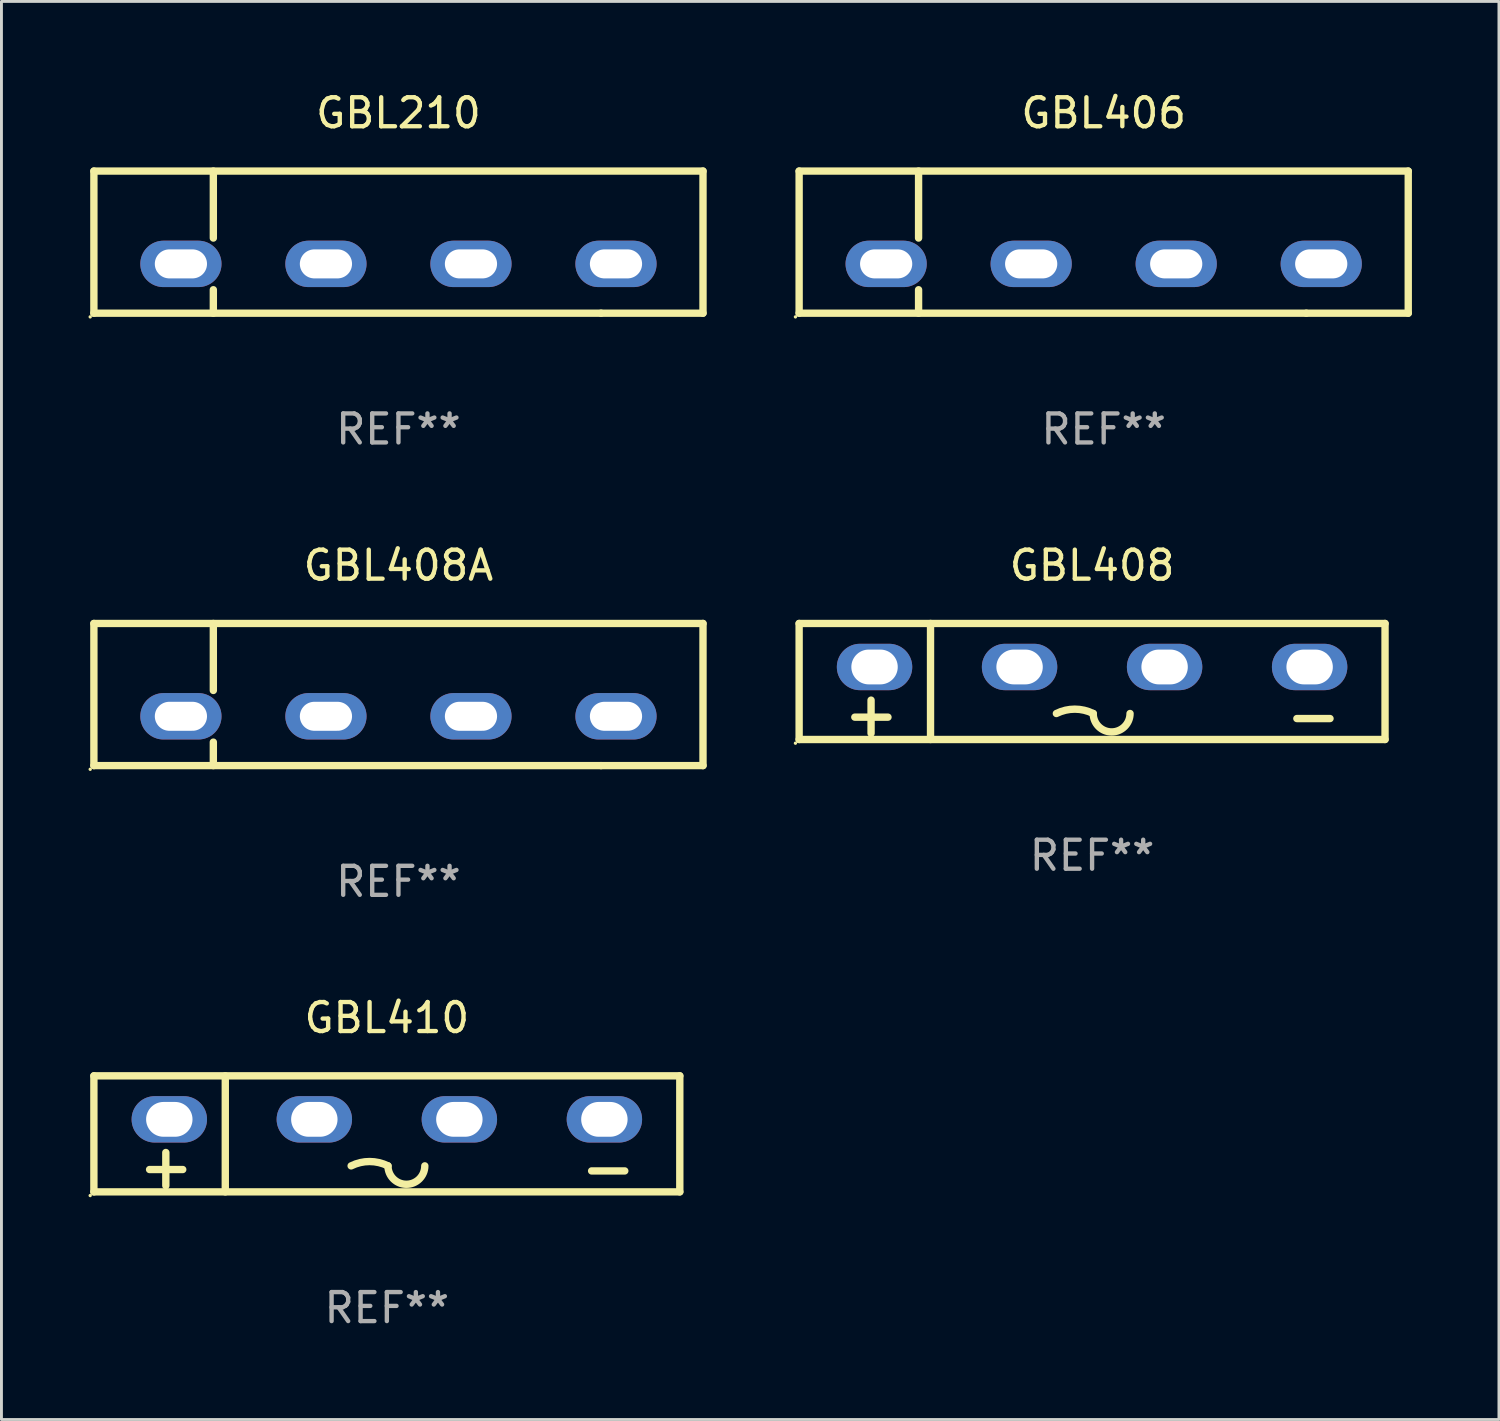
<source format=kicad_pcb>
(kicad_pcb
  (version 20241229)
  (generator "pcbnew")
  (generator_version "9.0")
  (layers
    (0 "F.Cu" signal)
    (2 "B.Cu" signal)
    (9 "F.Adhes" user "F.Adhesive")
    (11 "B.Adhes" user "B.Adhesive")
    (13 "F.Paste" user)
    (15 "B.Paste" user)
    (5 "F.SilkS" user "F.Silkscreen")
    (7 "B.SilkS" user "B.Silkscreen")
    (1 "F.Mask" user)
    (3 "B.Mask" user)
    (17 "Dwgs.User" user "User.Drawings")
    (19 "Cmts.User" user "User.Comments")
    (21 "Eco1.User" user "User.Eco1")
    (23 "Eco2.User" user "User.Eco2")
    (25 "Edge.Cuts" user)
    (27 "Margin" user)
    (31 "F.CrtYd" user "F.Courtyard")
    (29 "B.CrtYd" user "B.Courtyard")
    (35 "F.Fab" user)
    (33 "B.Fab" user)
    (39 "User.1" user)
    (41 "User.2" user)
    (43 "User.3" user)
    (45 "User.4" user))
  (footprint "GBL408"
    (layer "F.Cu")
    (at 34.601 20.445)
    (property "Reference" "GBL408" (at 0 -4 0) (layer "F.SilkS") (effects (font (size 1 1) (thickness 0.15))))
    (attr through_hole)
    (fp_line (start -10.1 -2) (end -10.1 2) (stroke (width 0.254) (type solid)) (layer "F.SilkS"))
    (fp_line (start -10.1 -2) (end 10.1 -2) (stroke (width 0.254) (type solid)) (layer "F.SilkS"))
    (fp_line (start -10.1 2) (end 10.1 2) (stroke (width 0.254) (type solid)) (layer "F.SilkS"))
    (fp_line (start -7.62 1.786) (end -7.62 0.643) (stroke (width 0.254) (type solid)) (layer "F.SilkS"))
    (fp_line (start -7.037 1.23) (end -8.18 1.23) (stroke (width 0.254) (type solid)) (layer "F.SilkS"))
    (fp_line (start -5.57 -2) (end -5.57 2) (stroke (width 0.254) (type solid)) (layer "F.SilkS"))
    (fp_line (start 8.203 1.278) (end 7.06 1.278) (stroke (width 0.254) (type solid)) (layer "F.SilkS"))
    (fp_line (start 10.1 -2) (end 10.1 2) (stroke (width 0.254) (type solid)) (layer "F.SilkS"))
    (fp_arc (start -1.230963 1.103861) (mid -0.595962 0.953957) (end 0.039039 1.10386) (stroke (width 0.254001) (type solid)) (layer "F.SilkS"))
    (fp_arc (start 1.309042 1.103861) (mid 0.674041 1.738862) (end 0.03904 1.103861) (stroke (width 0.254001) (type solid)) (layer "F.SilkS"))
    (fp_circle (center -10.227 2.127) (end -10.197 2.127) (stroke (width 0.06) (type solid)) (fill no) (layer "F.SilkS"))
    (fp_text user "REF**" (at 0 6 0) (layer "F.Fab") (effects (font (size 1 1) (thickness 0.15))))
    (pad "1" thru_hole oval (at -7.5 -0.5 90) (size 1.6 2.6) (drill oval 1.2 1.6) (layers "*.Cu" "*.Mask"))
    (pad "2" thru_hole oval (at -2.5 -0.5 90) (size 1.6 2.6) (drill oval 1.2 1.6) (layers "*.Cu" "*.Mask"))
    (pad "3" thru_hole oval (at 2.5 -0.5 90) (size 1.6 2.6) (drill oval 1.2 1.6) (layers "*.Cu" "*.Mask"))
    (pad "4" thru_hole oval (at 7.5 -0.5 90) (size 1.6 2.6) (drill oval 1.2 1.6) (layers "*.Cu" "*.Mask")))
  (footprint "GBL210"
    (layer "F.Cu")
    (at 10.687 5.298)
    (property "Reference" "GBL210" (at 0 -4.45 0) (layer "F.SilkS") (effects (font (size 1 1) (thickness 0.15))))
    (attr through_hole)
    (fp_line (start -10.5 -2.45) (end -10.5 2.45) (stroke (width 0.254) (type solid)) (layer "F.SilkS"))
    (fp_line (start -10.5 -2.45) (end 10.5 -2.45) (stroke (width 0.254) (type solid)) (layer "F.SilkS"))
    (fp_line (start -10.5 2.45) (end 6.985 2.45) (stroke (width 0.254) (type solid)) (layer "F.SilkS"))
    (fp_line (start -6.382 -2.45) (end -6.382 -0.141) (stroke (width 0.254) (type solid)) (layer "F.SilkS"))
    (fp_line (start -6.382 1.641) (end -6.382 2.45) (stroke (width 0.254) (type solid)) (layer "F.SilkS"))
    (fp_line (start 6.985 2.45) (end 10.5 2.45) (stroke (width 0.254) (type solid)) (layer "F.SilkS"))
    (fp_line (start 10.5 -2.45) (end 10.5 2.45) (stroke (width 0.254) (type solid)) (layer "F.SilkS"))
    (fp_circle (center -10.627 2.577) (end -10.597 2.577) (stroke (width 0.06) (type solid)) (fill no) (layer "F.SilkS"))
    (fp_text user "+" (at -9.145 -0.274 0) (layer "B.Mask") (effects (font (size 1 1) (thickness 0.15))))
    (fp_text user "-" (at 6.731 -0.266 0) (layer "B.Mask") (effects (font (size 1 1) (thickness 0.15))))
    (fp_text user "&#126;" (at -3.303 -0.319 0) (layer "B.Mask") (effects (font (size 1 1) (thickness 0.15))))
    (fp_text user "&#126;" (at 1.523 -0.192 0) (layer "B.Mask") (effects (font (size 1 1) (thickness 0.15))))
    (fp_text user "REF**" (at 0 6.45 0) (layer "F.Fab") (effects (font (size 1 1) (thickness 0.15))))
    (pad "1" thru_hole oval (at -7.5 0.75) (size 2.8 1.6) (drill oval 1.8 1) (layers "*.Cu" "*.Mask"))
    (pad "2" thru_hole oval (at -2.5 0.75) (size 2.8 1.6) (drill oval 1.8 1) (layers "*.Cu" "*.Mask"))
    (pad "3" thru_hole oval (at 2.5 0.75) (size 2.8 1.6) (drill oval 1.8 1) (layers "*.Cu" "*.Mask"))
    (pad "4" thru_hole oval (at 7.5 0.75) (size 2.8 1.6) (drill oval 1.8 1) (layers "*.Cu" "*.Mask")))
  (footprint "GBL408A"
    (layer "F.Cu")
    (at 10.687 20.895)
    (property "Reference" "GBL408A" (at 0 -4.45 0) (layer "F.SilkS") (effects (font (size 1 1) (thickness 0.15))))
    (attr through_hole)
    (fp_line (start -10.5 -2.45) (end -10.5 2.45) (stroke (width 0.254) (type solid)) (layer "F.SilkS"))
    (fp_line (start -10.5 -2.45) (end 10.5 -2.45) (stroke (width 0.254) (type solid)) (layer "F.SilkS"))
    (fp_line (start -10.5 2.45) (end 6.985 2.45) (stroke (width 0.254) (type solid)) (layer "F.SilkS"))
    (fp_line (start -6.382 -2.45) (end -6.382 -0.141) (stroke (width 0.254) (type solid)) (layer "F.SilkS"))
    (fp_line (start -6.382 1.641) (end -6.382 2.45) (stroke (width 0.254) (type solid)) (layer "F.SilkS"))
    (fp_line (start 6.985 2.45) (end 10.5 2.45) (stroke (width 0.254) (type solid)) (layer "F.SilkS"))
    (fp_line (start 10.5 -2.45) (end 10.5 2.45) (stroke (width 0.254) (type solid)) (layer "F.SilkS"))
    (fp_circle (center -10.627 2.577) (end -10.597 2.577) (stroke (width 0.06) (type solid)) (fill no) (layer "F.SilkS"))
    (fp_text user "&#126;" (at 1.523 -0.192 0) (layer "B.Mask") (effects (font (size 1 1) (thickness 0.15))))
    (fp_text user "&#126;" (at -3.303 -0.319 0) (layer "B.Mask") (effects (font (size 1 1) (thickness 0.15))))
    (fp_text user "+" (at -9.145 -0.274 0) (layer "B.Mask") (effects (font (size 1 1) (thickness 0.15))))
    (fp_text user "-" (at 6.731 -0.266 0) (layer "B.Mask") (effects (font (size 1 1) (thickness 0.15))))
    (fp_text user "REF**" (at 0 6.45 0) (layer "F.Fab") (effects (font (size 1 1) (thickness 0.15))))
    (pad "1" thru_hole oval (at -7.5 0.75) (size 2.8 1.6) (drill oval 1.8 1) (layers "*.Cu" "*.Mask"))
    (pad "2" thru_hole oval (at -2.5 0.75) (size 2.8 1.6) (drill oval 1.8 1) (layers "*.Cu" "*.Mask"))
    (pad "3" thru_hole oval (at 2.5 0.75) (size 2.8 1.6) (drill oval 1.8 1) (layers "*.Cu" "*.Mask"))
    (pad "4" thru_hole oval (at 7.5 0.75) (size 2.8 1.6) (drill oval 1.8 1) (layers "*.Cu" "*.Mask")))
  (footprint "GBL410"
    (layer "F.Cu")
    (at 10.287 36.041)
    (property "Reference" "GBL410" (at 0 -4 0) (layer "F.SilkS") (effects (font (size 1 1) (thickness 0.15))))
    (attr through_hole)
    (fp_line (start -10.1 -2) (end -10.1 2) (stroke (width 0.254) (type solid)) (layer "F.SilkS"))
    (fp_line (start -10.1 -2) (end 10.1 -2) (stroke (width 0.254) (type solid)) (layer "F.SilkS"))
    (fp_line (start -10.1 2) (end 10.1 2) (stroke (width 0.254) (type solid)) (layer "F.SilkS"))
    (fp_line (start -7.62 1.786) (end -7.62 0.643) (stroke (width 0.254) (type solid)) (layer "F.SilkS"))
    (fp_line (start -7.037 1.23) (end -8.18 1.23) (stroke (width 0.254) (type solid)) (layer "F.SilkS"))
    (fp_line (start -5.57 -2) (end -5.57 2) (stroke (width 0.254) (type solid)) (layer "F.SilkS"))
    (fp_line (start 8.203 1.278) (end 7.06 1.278) (stroke (width 0.254) (type solid)) (layer "F.SilkS"))
    (fp_line (start 10.1 -2) (end 10.1 2) (stroke (width 0.254) (type solid)) (layer "F.SilkS"))
    (fp_arc (start -1.230963 1.103861) (mid -0.595962 0.953957) (end 0.039039 1.10386) (stroke (width 0.254001) (type solid)) (layer "F.SilkS"))
    (fp_arc (start 1.309042 1.103861) (mid 0.674041 1.738862) (end 0.03904 1.103861) (stroke (width 0.254001) (type solid)) (layer "F.SilkS"))
    (fp_circle (center -10.227 2.127) (end -10.197 2.127) (stroke (width 0.06) (type solid)) (fill no) (layer "F.SilkS"))
    (fp_text user "REF**" (at 0 6 0) (layer "F.Fab") (effects (font (size 1 1) (thickness 0.15))))
    (pad "1" thru_hole oval (at -7.5 -0.5 90) (size 1.6 2.6) (drill oval 1.2 1.6) (layers "*.Cu" "*.Mask"))
    (pad "2" thru_hole oval (at -2.5 -0.5 90) (size 1.6 2.6) (drill oval 1.2 1.6) (layers "*.Cu" "*.Mask"))
    (pad "3" thru_hole oval (at 2.5 -0.5 90) (size 1.6 2.6) (drill oval 1.2 1.6) (layers "*.Cu" "*.Mask"))
    (pad "4" thru_hole oval (at 7.5 -0.5 90) (size 1.6 2.6) (drill oval 1.2 1.6) (layers "*.Cu" "*.Mask")))
  (footprint "GBL406"
    (layer "F.Cu")
    (at 35.001 5.298)
    (property "Reference" "GBL406" (at 0 -4.45 0) (layer "F.SilkS") (effects (font (size 1 1) (thickness 0.15))))
    (attr through_hole)
    (fp_line (start -10.5 -2.45) (end -10.5 2.45) (stroke (width 0.254) (type solid)) (layer "F.SilkS"))
    (fp_line (start -10.5 -2.45) (end 10.5 -2.45) (stroke (width 0.254) (type solid)) (layer "F.SilkS"))
    (fp_line (start -10.5 2.45) (end 6.985 2.45) (stroke (width 0.254) (type solid)) (layer "F.SilkS"))
    (fp_line (start -6.382 -2.45) (end -6.382 -0.141) (stroke (width 0.254) (type solid)) (layer "F.SilkS"))
    (fp_line (start -6.382 1.641) (end -6.382 2.45) (stroke (width 0.254) (type solid)) (layer "F.SilkS"))
    (fp_line (start 6.985 2.45) (end 10.5 2.45) (stroke (width 0.254) (type solid)) (layer "F.SilkS"))
    (fp_line (start 10.5 -2.45) (end 10.5 2.45) (stroke (width 0.254) (type solid)) (layer "F.SilkS"))
    (fp_circle (center -10.627 2.577) (end -10.597 2.577) (stroke (width 0.06) (type solid)) (fill no) (layer "F.SilkS"))
    (fp_text user "&#126;" (at -3.303 -0.319 0) (layer "B.Mask") (effects (font (size 1 1) (thickness 0.15))))
    (fp_text user "&#126;" (at 1.523 -0.192 0) (layer "B.Mask") (effects (font (size 1 1) (thickness 0.15))))
    (fp_text user "-" (at 6.731 -0.266 0) (layer "B.Mask") (effects (font (size 1 1) (thickness 0.15))))
    (fp_text user "+" (at -9.145 -0.274 0) (layer "B.Mask") (effects (font (size 1 1) (thickness 0.15))))
    (fp_text user "REF**" (at 0 6.45 0) (layer "F.Fab") (effects (font (size 1 1) (thickness 0.15))))
    (pad "1" thru_hole oval (at -7.5 0.75) (size 2.8 1.6) (drill oval 1.8 1) (layers "*.Cu" "*.Mask"))
    (pad "2" thru_hole oval (at -2.5 0.75) (size 2.8 1.6) (drill oval 1.8 1) (layers "*.Cu" "*.Mask"))
    (pad "3" thru_hole oval (at 2.5 0.75) (size 2.8 1.6) (drill oval 1.8 1) (layers "*.Cu" "*.Mask"))
    (pad "4" thru_hole oval (at 7.5 0.75) (size 2.8 1.6) (drill oval 1.8 1) (layers "*.Cu" "*.Mask")))
  (gr_rect
    (start -3 -3)
    (end 48.628 45.889)
    (stroke (width 0.1) (type default))
    (fill no)
    (layer "Edge.Cuts")))
</source>
